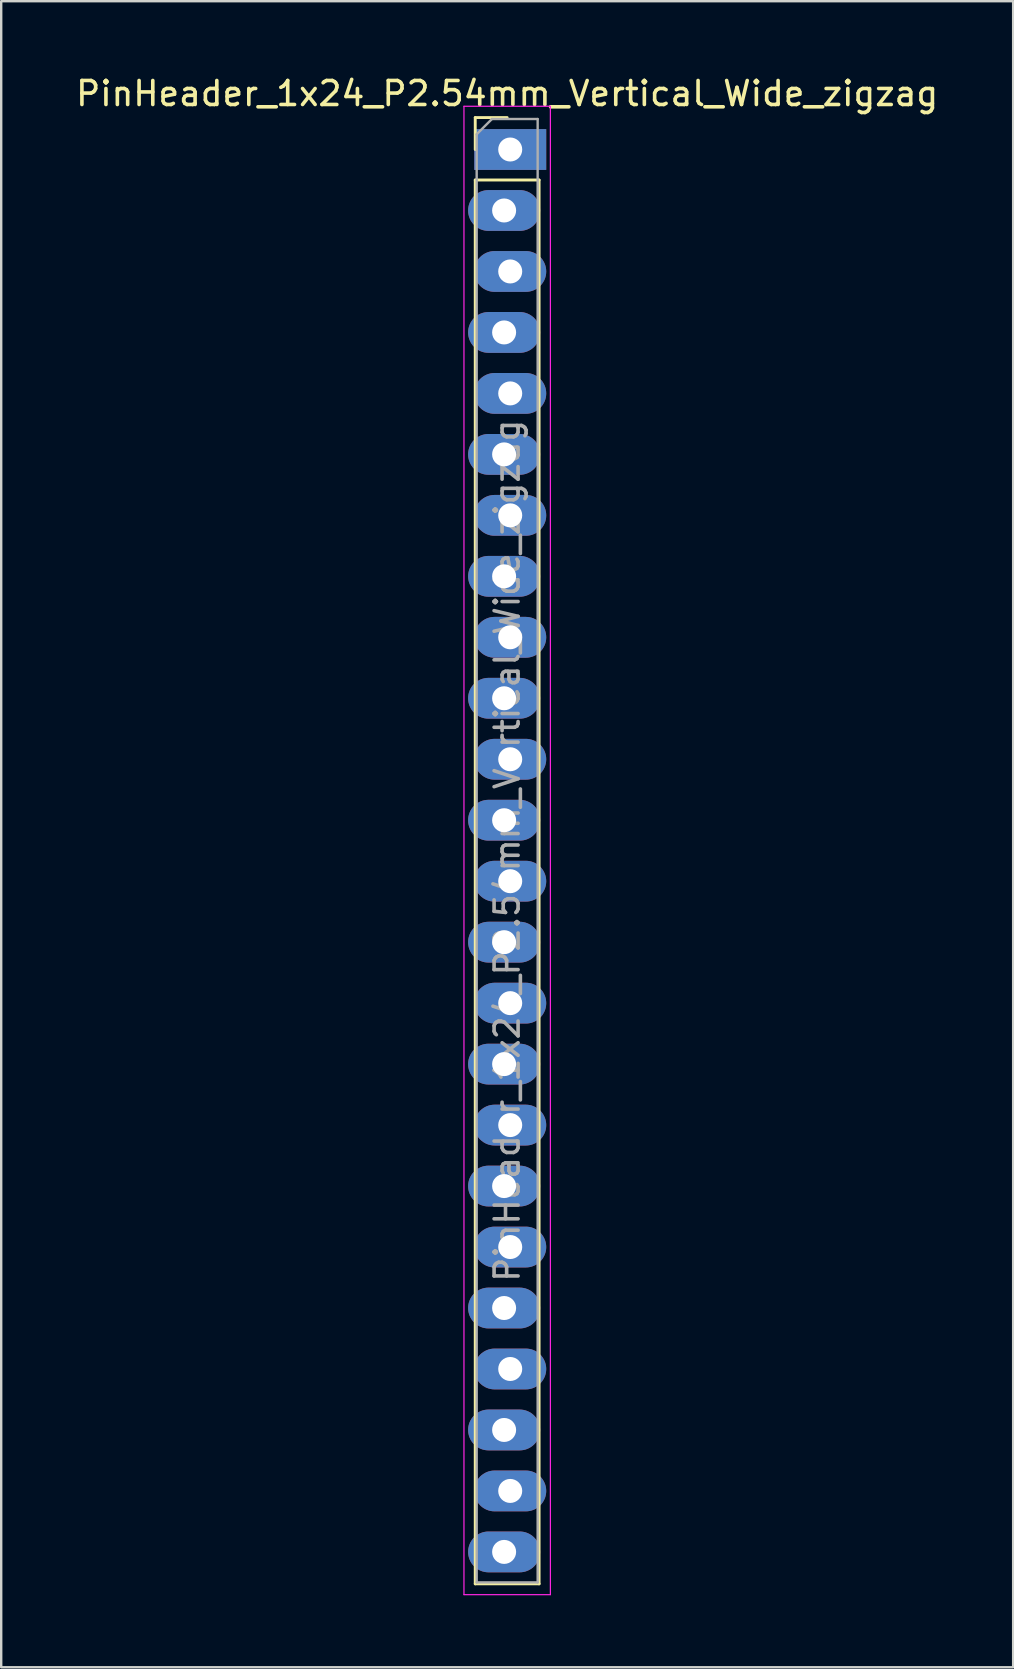
<source format=kicad_pcb>
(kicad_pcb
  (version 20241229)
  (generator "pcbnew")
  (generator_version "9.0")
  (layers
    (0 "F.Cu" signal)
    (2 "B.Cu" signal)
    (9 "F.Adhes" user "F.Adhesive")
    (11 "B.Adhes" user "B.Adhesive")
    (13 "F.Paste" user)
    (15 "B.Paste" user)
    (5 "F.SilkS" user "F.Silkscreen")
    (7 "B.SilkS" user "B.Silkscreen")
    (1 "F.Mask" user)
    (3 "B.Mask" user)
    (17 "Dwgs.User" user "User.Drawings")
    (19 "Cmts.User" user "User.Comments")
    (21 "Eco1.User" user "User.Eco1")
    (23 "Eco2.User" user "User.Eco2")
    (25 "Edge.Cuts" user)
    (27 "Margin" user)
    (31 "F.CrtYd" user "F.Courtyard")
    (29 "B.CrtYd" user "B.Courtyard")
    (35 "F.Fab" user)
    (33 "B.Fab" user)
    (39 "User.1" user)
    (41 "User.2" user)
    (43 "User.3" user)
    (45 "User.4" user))
  (footprint "PinHeader_1x24_P2.54mm_Vertical_Wide_zigzag"
    (layer "F.Cu")
    (at 18.077 3.178)
    (property "Reference" "PinHeader_1x24_P2.54mm_Vertical_Wide_zigzag" (at 0 -2.33 0) (layer "F.SilkS") (effects (font (size 1 1) (thickness 0.15))))
    (attr through_hole)
    (fp_line (start -1.33 -1.33) (end 0 -1.33) (stroke (width 0.12) (type solid)) (layer "F.SilkS"))
    (fp_line (start -1.33 0) (end -1.33 -1.33) (stroke (width 0.12) (type solid)) (layer "F.SilkS"))
    (fp_line (start -1.33 1.27) (end -1.33 59.75) (stroke (width 0.12) (type solid)) (layer "F.SilkS"))
    (fp_line (start -1.33 1.27) (end 1.33 1.27) (stroke (width 0.12) (type solid)) (layer "F.SilkS"))
    (fp_line (start -1.33 59.75) (end 1.33 59.75) (stroke (width 0.12) (type solid)) (layer "F.SilkS"))
    (fp_line (start 1.33 1.27) (end 1.33 59.75) (stroke (width 0.12) (type solid)) (layer "F.SilkS"))
    (fp_line (start -1.8 -1.8) (end -1.8 60.2) (stroke (width 0.05) (type solid)) (layer "F.CrtYd"))
    (fp_line (start -1.8 60.2) (end 1.8 60.2) (stroke (width 0.05) (type solid)) (layer "F.CrtYd"))
    (fp_line (start 1.8 -1.8) (end -1.8 -1.8) (stroke (width 0.05) (type solid)) (layer "F.CrtYd"))
    (fp_line (start 1.8 60.2) (end 1.8 -1.8) (stroke (width 0.05) (type solid)) (layer "F.CrtYd"))
    (fp_line (start -1.27 -0.635) (end -0.635 -1.27) (stroke (width 0.1) (type solid)) (layer "F.Fab"))
    (fp_line (start -1.27 59.69) (end -1.27 -0.635) (stroke (width 0.1) (type solid)) (layer "F.Fab"))
    (fp_line (start -0.635 -1.27) (end 1.27 -1.27) (stroke (width 0.1) (type solid)) (layer "F.Fab"))
    (fp_line (start 1.27 -1.27) (end 1.27 59.69) (stroke (width 0.1) (type solid)) (layer "F.Fab"))
    (fp_line (start 1.27 59.69) (end -1.27 59.69) (stroke (width 0.1) (type solid)) (layer "F.Fab"))
    (fp_text user "${REFERENCE}" (at 0 29.21 90) (layer "F.Fab") (effects (font (size 1 1) (thickness 0.15))))
    (pad "1" thru_hole rect (at 0.127 0) (size 3 1.7) (drill 1) (layers "*.Cu" "*.Mask"))
    (pad "2" thru_hole oval (at -0.127 2.54) (size 3 1.7) (drill 1) (layers "*.Cu" "*.Mask"))
    (pad "3" thru_hole oval (at 0.127 5.08) (size 3 1.7) (drill 1) (layers "*.Cu" "*.Mask"))
    (pad "4" thru_hole oval (at -0.127 7.62) (size 3 1.7) (drill 1) (layers "*.Cu" "*.Mask"))
    (pad "5" thru_hole oval (at 0.127 10.16) (size 3 1.7) (drill 1) (layers "*.Cu" "*.Mask"))
    (pad "6" thru_hole oval (at -0.127 12.7) (size 3 1.7) (drill 1) (layers "*.Cu" "*.Mask"))
    (pad "7" thru_hole oval (at 0.127 15.24) (size 3 1.7) (drill 1) (layers "*.Cu" "*.Mask"))
    (pad "8" thru_hole oval (at -0.127 17.78) (size 3 1.7) (drill 1) (layers "*.Cu" "*.Mask"))
    (pad "9" thru_hole oval (at 0.127 20.32) (size 3 1.7) (drill 1) (layers "*.Cu" "*.Mask"))
    (pad "10" thru_hole oval (at -0.127 22.86) (size 3 1.7) (drill 1) (layers "*.Cu" "*.Mask"))
    (pad "11" thru_hole oval (at 0.127 25.4) (size 3 1.7) (drill 1) (layers "*.Cu" "*.Mask"))
    (pad "12" thru_hole oval (at -0.127 27.94) (size 3 1.7) (drill 1) (layers "*.Cu" "*.Mask"))
    (pad "13" thru_hole oval (at 0.127 30.48) (size 3 1.7) (drill 1) (layers "*.Cu" "*.Mask"))
    (pad "14" thru_hole oval (at -0.127 33.02) (size 3 1.7) (drill 1) (layers "*.Cu" "*.Mask"))
    (pad "15" thru_hole oval (at 0.127 35.56) (size 3 1.7) (drill 1) (layers "*.Cu" "*.Mask"))
    (pad "16" thru_hole oval (at -0.127 38.1) (size 3 1.7) (drill 1) (layers "*.Cu" "*.Mask"))
    (pad "17" thru_hole oval (at 0.127 40.64) (size 3 1.7) (drill 1) (layers "*.Cu" "*.Mask"))
    (pad "18" thru_hole oval (at -0.127 43.18) (size 3 1.7) (drill 1) (layers "*.Cu" "*.Mask"))
    (pad "19" thru_hole oval (at 0.127 45.72) (size 3 1.7) (drill 1) (layers "*.Cu" "*.Mask"))
    (pad "20" thru_hole oval (at -0.127 48.26) (size 3 1.7) (drill 1) (layers "*.Cu" "*.Mask"))
    (pad "21" thru_hole oval (at 0.127 50.8) (size 3 1.7) (drill 1) (layers "*.Cu" "*.Mask"))
    (pad "22" thru_hole oval (at -0.127 53.34) (size 3 1.7) (drill 1) (layers "*.Cu" "*.Mask"))
    (pad "23" thru_hole oval (at 0.127 55.88) (size 3 1.7) (drill 1) (layers "*.Cu" "*.Mask"))
    (pad "24" thru_hole oval (at -0.127 58.42) (size 3 1.7) (drill 1) (layers "*.Cu" "*.Mask")))
  (gr_rect
    (start -3 -3)
    (end 39.155 66.403)
    (stroke (width 0.1) (type default))
    (fill no)
    (layer "Edge.Cuts")))
</source>
